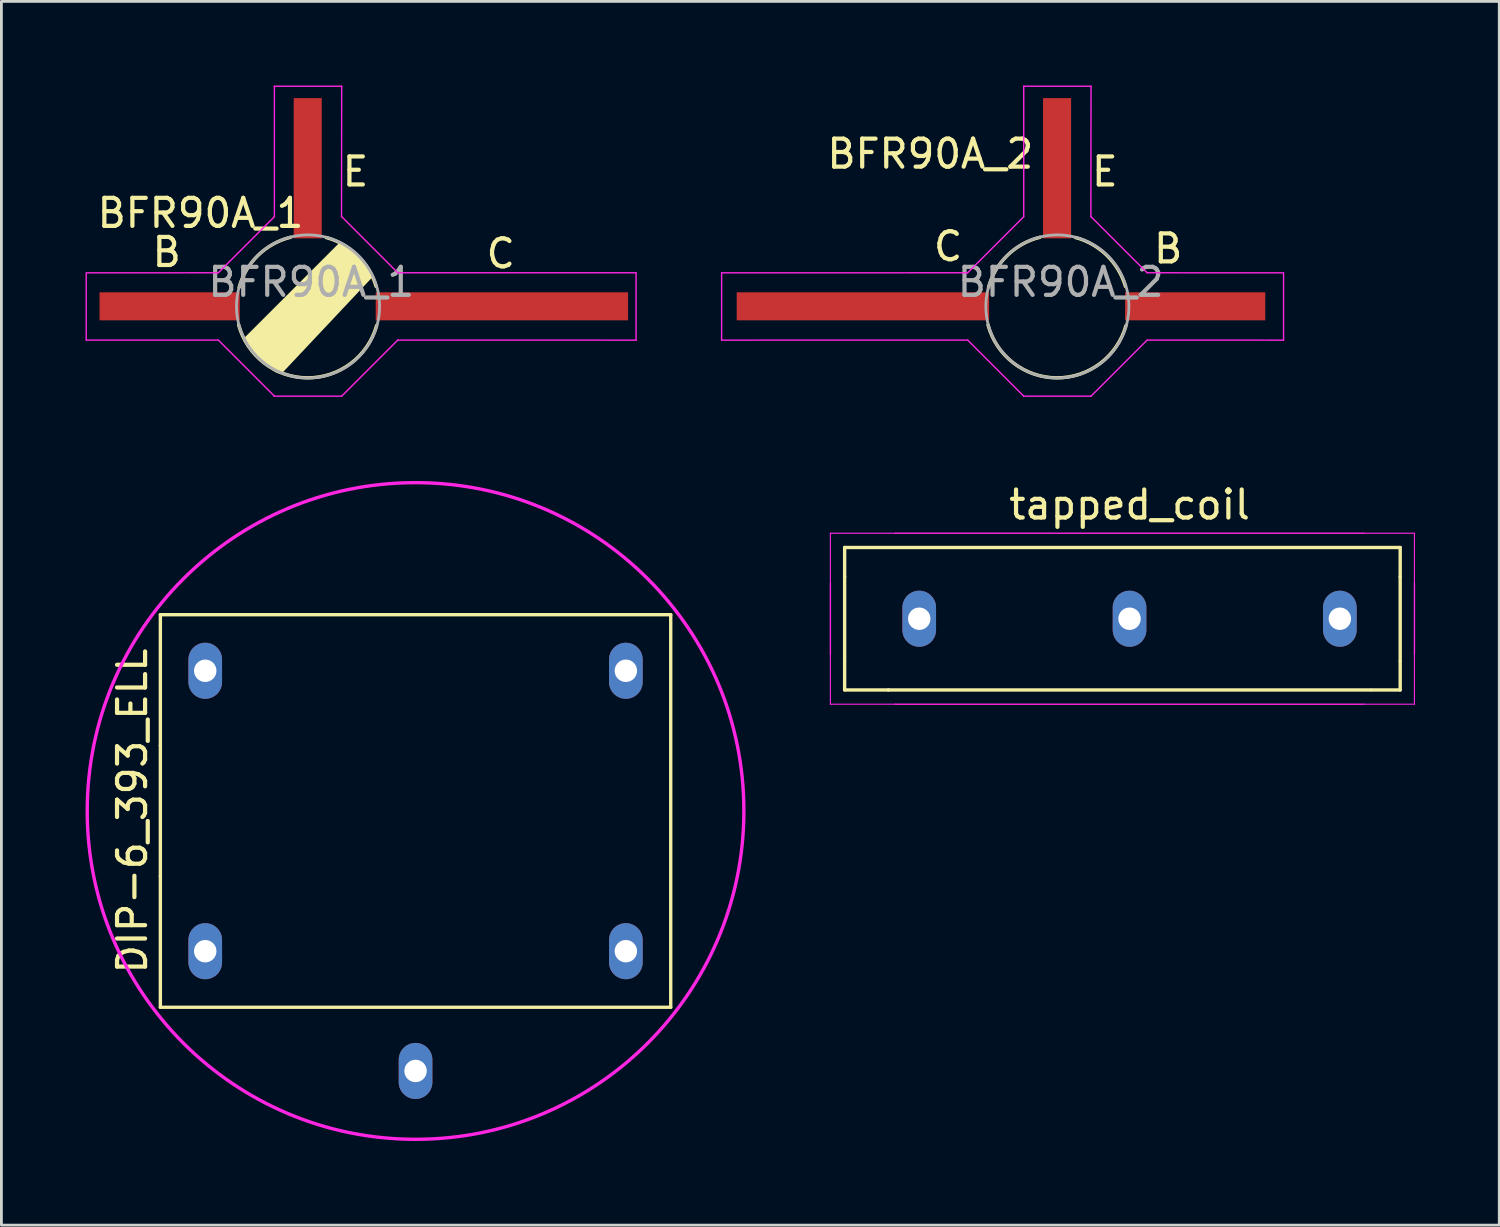
<source format=kicad_pcb>
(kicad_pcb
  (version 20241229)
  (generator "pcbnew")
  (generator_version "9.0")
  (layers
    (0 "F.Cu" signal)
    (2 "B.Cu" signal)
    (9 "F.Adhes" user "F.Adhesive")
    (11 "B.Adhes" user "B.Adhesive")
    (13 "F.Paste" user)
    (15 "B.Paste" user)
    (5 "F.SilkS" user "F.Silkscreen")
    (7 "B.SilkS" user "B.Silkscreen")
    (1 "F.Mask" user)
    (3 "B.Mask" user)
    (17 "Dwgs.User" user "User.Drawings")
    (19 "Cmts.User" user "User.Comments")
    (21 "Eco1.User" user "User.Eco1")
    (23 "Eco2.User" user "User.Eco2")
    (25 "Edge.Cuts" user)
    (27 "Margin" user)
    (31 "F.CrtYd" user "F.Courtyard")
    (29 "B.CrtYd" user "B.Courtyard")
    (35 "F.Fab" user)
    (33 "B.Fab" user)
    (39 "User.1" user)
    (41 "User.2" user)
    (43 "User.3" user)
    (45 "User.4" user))
  (footprint "BFR90A_2"
    (layer "F.Cu")
    (at 34.647 7.874)
    (property "Reference" "BFR90A_2" (at -4.521 -5.436 180) (layer "F.SilkS") (effects (font (size 1 1) (thickness 0.15))))
    (attr smd)
    (fp_arc (start -2.444682 -0.682238) (mid -1.76795 -1.821063) (end -0.609599 -2.463799) (stroke (width 0.12) (type solid)) (layer "F.SilkS"))
    (fp_arc (start 0.663995 -2.451674) (mid 1.77863 -1.813304) (end 2.438399 -0.7112) (stroke (width 0.12) (type solid)) (layer "F.SilkS"))
    (fp_arc (start 2.4563 0.687765) (mid -0.014187 2.550731) (end -2.463799 0.660399) (stroke (width 0.12) (type solid)) (layer "F.SilkS"))
    (fp_line (start -11.963 -1.194) (end -3.189 -1.196) (stroke (width 0.05) (type solid)) (layer "F.CrtYd"))
    (fp_line (start -11.963 1.206) (end -11.963 -1.194) (stroke (width 0.05) (type solid)) (layer "F.CrtYd"))
    (fp_line (start -3.189 -1.196) (end -1.189 -3.196) (stroke (width 0.05) (type solid)) (layer "F.CrtYd"))
    (fp_line (start -3.189 1.204) (end -11.963 1.206) (stroke (width 0.05) (type solid)) (layer "F.CrtYd"))
    (fp_line (start -1.195 3.204) (end 1.205 3.204) (stroke (width 0.05) (type solid)) (layer "F.CrtYd"))
    (fp_line (start -1.189 -3.196) (end -1.189 -7.849) (stroke (width 0.05) (type solid)) (layer "F.CrtYd"))
    (fp_line (start -1.189 3.204) (end -3.189 1.204) (stroke (width 0.05) (type solid)) (layer "F.CrtYd"))
    (fp_line (start 1.211 -7.849) (end -1.189 -7.849) (stroke (width 0.05) (type solid)) (layer "F.CrtYd"))
    (fp_line (start 1.211 -7.849) (end 1.205 -3.197) (stroke (width 0.05) (type solid)) (layer "F.CrtYd"))
    (fp_line (start 1.211 -3.196) (end 3.211 -1.196) (stroke (width 0.05) (type solid)) (layer "F.CrtYd"))
    (fp_line (start 3.211 -1.196) (end 8.077 -1.194) (stroke (width 0.05) (type solid)) (layer "F.CrtYd"))
    (fp_line (start 3.211 1.204) (end 1.211 3.204) (stroke (width 0.05) (type solid)) (layer "F.CrtYd"))
    (fp_line (start 8.077 -1.194) (end 8.077 1.206) (stroke (width 0.05) (type solid)) (layer "F.CrtYd"))
    (fp_line (start 8.077 1.206) (end 3.211 1.204) (stroke (width 0.05) (type solid)) (layer "F.CrtYd"))
    (fp_circle (center 0.011 0.004) (end 0.061 -2.546) (stroke (width 0.1) (type solid)) (fill no) (layer "F.Fab"))
    (fp_text user "E" (at 1.702 -4.801 0) (layer "F.SilkS") (effects (font (size 1 1) (thickness 0.15))))
    (fp_text user "B" (at 3.962 -2.057 0) (layer "F.SilkS") (effects (font (size 1 1) (thickness 0.15))))
    (fp_text user "C" (at -3.886 -2.134 0) (layer "F.SilkS") (effects (font (size 1 1) (thickness 0.15))))
    (fp_text user "${REFERENCE}" (at 0.127 -0.864 0) (layer "F.Fab") (effects (font (size 1 1) (thickness 0.15))))
    (pad "1" smd rect (at 4.925 0 90) (size 1 5) (layers "F.Cu" "F.Mask" "F.Paste"))
    (pad "2" smd rect (at 0 -4.925 90) (size 5 1) (layers "F.Cu" "F.Mask" "F.Paste"))
    (pad "3" smd rect (at -6.925 0 90) (size 1 9) (layers "F.Cu" "F.Mask" "F.Paste")))
  (footprint "tapped_coil"
    (layer "F.Cu")
    (at 37.231 19.015)
    (property "Reference" "tapped_coil" (at 0 -4.064 0) (layer "F.SilkS") (effects (font (size 1 1) (thickness 0.15))))
    (attr through_hole)
    (fp_line (start -10.16 -2.54) (end -8.636 -2.54) (stroke (width 0.12) (type solid)) (layer "F.SilkS"))
    (fp_line (start -10.16 -1.5) (end -10.16 -2.54) (stroke (width 0.12) (type solid)) (layer "F.SilkS"))
    (fp_line (start -10.16 1.5) (end -10.16 -1.5) (stroke (width 0.12) (type solid)) (layer "F.SilkS"))
    (fp_line (start -10.16 2.54) (end -10.16 1.524) (stroke (width 0.12) (type solid)) (layer "F.SilkS"))
    (fp_line (start -8.6 -2.54) (end 8.6 -2.54) (stroke (width 0.12) (type solid)) (layer "F.SilkS"))
    (fp_line (start -8.6 2.54) (end -10.16 2.54) (stroke (width 0.12) (type solid)) (layer "F.SilkS"))
    (fp_line (start 8.6 2.54) (end -8.6 2.54) (stroke (width 0.12) (type solid)) (layer "F.SilkS"))
    (fp_line (start 9.652 -2.54) (end 8.636 -2.54) (stroke (width 0.12) (type solid)) (layer "F.SilkS"))
    (fp_line (start 9.652 -1.5) (end 9.652 -2.54) (stroke (width 0.12) (type solid)) (layer "F.SilkS"))
    (fp_line (start 9.652 -1.5) (end 9.652 1.5) (stroke (width 0.12) (type solid)) (layer "F.SilkS"))
    (fp_line (start 9.652 1.524) (end 9.652 2.54) (stroke (width 0.12) (type solid)) (layer "F.SilkS"))
    (fp_line (start 9.652 2.54) (end 8.636 2.54) (stroke (width 0.12) (type solid)) (layer "F.SilkS"))
    (fp_line (start -10.668 -3.048) (end -8.35 -3.048) (stroke (width 0.04) (type solid)) (layer "F.CrtYd"))
    (fp_line (start -10.668 -1.25) (end -10.668 -3.048) (stroke (width 0.04) (type solid)) (layer "F.CrtYd"))
    (fp_line (start -10.668 1.25) (end -10.668 -1.25) (stroke (width 0.05) (type solid)) (layer "F.CrtYd"))
    (fp_line (start -10.668 3.048) (end -10.668 1.25) (stroke (width 0.04) (type solid)) (layer "F.CrtYd"))
    (fp_line (start -8.35 -3.048) (end 8.35 -3.048) (stroke (width 0.05) (type solid)) (layer "F.CrtYd"))
    (fp_line (start -8.35 3.048) (end -10.668 3.048) (stroke (width 0.04) (type solid)) (layer "F.CrtYd"))
    (fp_line (start 8.35 -3.048) (end 10.16 -3.048) (stroke (width 0.04) (type solid)) (layer "F.CrtYd"))
    (fp_line (start 8.35 3.048) (end -8.35 3.048) (stroke (width 0.05) (type solid)) (layer "F.CrtYd"))
    (fp_line (start 10.16 -3.048) (end 10.16 -1.25) (stroke (width 0.04) (type solid)) (layer "F.CrtYd"))
    (fp_line (start 10.16 -1.25) (end 10.16 1.25) (stroke (width 0.05) (type solid)) (layer "F.CrtYd"))
    (fp_line (start 10.16 1.25) (end 10.16 3.048) (stroke (width 0.04) (type solid)) (layer "F.CrtYd"))
    (fp_line (start 10.16 3.048) (end 8.35 3.048) (stroke (width 0.04) (type solid)) (layer "F.CrtYd"))
    (pad "1" thru_hole oval (at -7.5 0) (size 1.2 2) (drill 0.8) (layers "*.Cu" "*.Mask"))
    (pad "2" thru_hole oval (at 7.5 0) (size 1.2 2) (drill 0.8) (layers "*.Cu" "*.Mask"))
    (pad "3" thru_hole oval (at 0 0) (size 1.2 2) (drill 0.8) (layers "*.Cu" "*.Mask")))
  (footprint "DIP-6_393_ELL"
    (layer "F.Cu")
    (at 11.769 25.871)
    (property "Reference" "DIP-6_393_ELL" (at -10.1 0 90) (layer "F.SilkS") (effects (font (size 1 1) (thickness 0.15))))
    (attr through_hole)
    (fp_line (start -9.1 -7) (end -9.1 -2.333) (stroke (width 0.12) (type solid)) (layer "F.SilkS"))
    (fp_line (start -9.1 -2.333) (end -9.1 2.333) (stroke (width 0.12) (type solid)) (layer "F.SilkS"))
    (fp_line (start -9.1 2.333) (end -9.1 7) (stroke (width 0.12) (type solid)) (layer "F.SilkS"))
    (fp_line (start -9.1 7) (end 9.1 7) (stroke (width 0.12) (type solid)) (layer "F.SilkS"))
    (fp_line (start 9.1 -7) (end -9.1 -7) (stroke (width 0.12) (type solid)) (layer "F.SilkS"))
    (fp_line (start 9.1 7) (end 9.1 -7) (stroke (width 0.12) (type solid)) (layer "F.SilkS"))
    (fp_circle (center 0 0) (end 7.62 8.89) (stroke (width 0.12) (type solid)) (fill no) (layer "F.CrtYd"))
    (pad "1" thru_hole oval (at -7.5 5) (size 1.2 2) (drill 0.8) (layers "*.Cu" "*.Mask"))
    (pad "2" thru_hole oval (at 0 9.271) (size 1.2 2) (drill 0.8) (layers "*.Cu" "*.Mask"))
    (pad "3" thru_hole oval (at 7.5 5) (size 1.2 2) (drill 0.8) (layers "*.Cu" "*.Mask"))
    (pad "4" thru_hole oval (at 7.5 -5) (size 1.2 2) (drill 0.8) (layers "*.Cu" "*.Mask"))
    (pad "6" thru_hole oval (at -7.5 -5) (size 1.2 2) (drill 0.8) (layers "*.Cu" "*.Mask")))
  (footprint "BFR90A_1"
    (layer "F.Cu")
    (at 7.924 7.874)
    (property "Reference" "BFR90A_1" (at -3.824 -3.324 180) (layer "F.SilkS") (effects (font (size 1 1) (thickness 0.15))))
    (attr smd)
    (fp_arc (start -2.444682 -0.682238) (mid -1.76795 -1.821063) (end -0.609599 -2.463799) (stroke (width 0.12) (type solid)) (layer "F.SilkS"))
    (fp_arc (start 0.663995 -2.451674) (mid 1.77863 -1.813304) (end 2.438399 -0.7112) (stroke (width 0.12) (type solid)) (layer "F.SilkS"))
    (fp_arc (start 2.4563 0.687765) (mid -0.014187 2.550731) (end -2.463799 0.660399) (stroke (width 0.12) (type solid)) (layer "F.SilkS"))
    (fp_poly (pts (xy 1.194 -2.159) (xy 1.499 -2.007) (xy 1.956 -1.626) (xy 2.286 -1.092) (xy -0.965 2.362) (xy -1.118 2.311) (xy -1.524 2.007) (xy -1.905 1.676) (xy -2.235 1.168) (xy 1.143 -2.21)) (stroke (width 0.1) (type solid)) (fill yes) (layer "F.SilkS"))
    (fp_line (start -7.899 1.204) (end -7.899 -1.196) (stroke (width 0.05) (type solid)) (layer "F.CrtYd"))
    (fp_line (start -7.874 -1.194) (end -3.189 -1.196) (stroke (width 0.05) (type solid)) (layer "F.CrtYd"))
    (fp_line (start -3.189 -1.196) (end -1.189 -3.196) (stroke (width 0.05) (type solid)) (layer "F.CrtYd"))
    (fp_line (start -3.189 1.204) (end -7.899 1.204) (stroke (width 0.05) (type solid)) (layer "F.CrtYd"))
    (fp_line (start -1.195 3.204) (end 1.205 3.204) (stroke (width 0.05) (type solid)) (layer "F.CrtYd"))
    (fp_line (start -1.189 -3.196) (end -1.189 -7.849) (stroke (width 0.05) (type solid)) (layer "F.CrtYd"))
    (fp_line (start -1.189 3.204) (end -3.189 1.204) (stroke (width 0.05) (type solid)) (layer "F.CrtYd"))
    (fp_line (start 1.211 -7.849) (end -1.189 -7.849) (stroke (width 0.05) (type solid)) (layer "F.CrtYd"))
    (fp_line (start 1.211 -7.849) (end 1.205 -3.197) (stroke (width 0.05) (type solid)) (layer "F.CrtYd"))
    (fp_line (start 1.211 -3.196) (end 3.211 -1.196) (stroke (width 0.05) (type solid)) (layer "F.CrtYd"))
    (fp_line (start 3.211 -1.196) (end 11.709 -1.196) (stroke (width 0.05) (type solid)) (layer "F.CrtYd"))
    (fp_line (start 3.211 1.204) (end 1.211 3.204) (stroke (width 0.05) (type solid)) (layer "F.CrtYd"))
    (fp_line (start 11.709 -1.194) (end 11.709 1.206) (stroke (width 0.05) (type solid)) (layer "F.CrtYd"))
    (fp_line (start 11.709 1.206) (end 3.211 1.204) (stroke (width 0.05) (type solid)) (layer "F.CrtYd"))
    (fp_circle (center 0.011 0.004) (end 0.061 -2.546) (stroke (width 0.1) (type solid)) (fill no) (layer "F.Fab"))
    (fp_text user "E" (at 1.702 -4.801 0) (layer "F.SilkS") (effects (font (size 1 1) (thickness 0.15))))
    (fp_text user "B" (at -5.029 -1.93 0) (layer "F.SilkS") (effects (font (size 1 1) (thickness 0.15))))
    (fp_text user "C" (at 6.883 -1.88 0) (layer "F.SilkS") (effects (font (size 1 1) (thickness 0.15))))
    (fp_text user "${REFERENCE}" (at 0.127 -0.864 0) (layer "F.Fab") (effects (font (size 1 1) (thickness 0.15))))
    (pad "1" smd rect (at -4.925 0 90) (size 1 5) (layers "F.Cu" "F.Mask" "F.Paste"))
    (pad "2" smd rect (at 0 -4.925 90) (size 5 1) (layers "F.Cu" "F.Mask" "F.Paste"))
    (pad "3" smd rect (at 6.925 0 90) (size 1 9) (layers "F.Cu" "F.Mask" "F.Paste")))
  (gr_rect
    (start -3 -3)
    (end 50.416 40.64)
    (stroke (width 0.1) (type default))
    (fill no)
    (layer "Edge.Cuts")))
</source>
